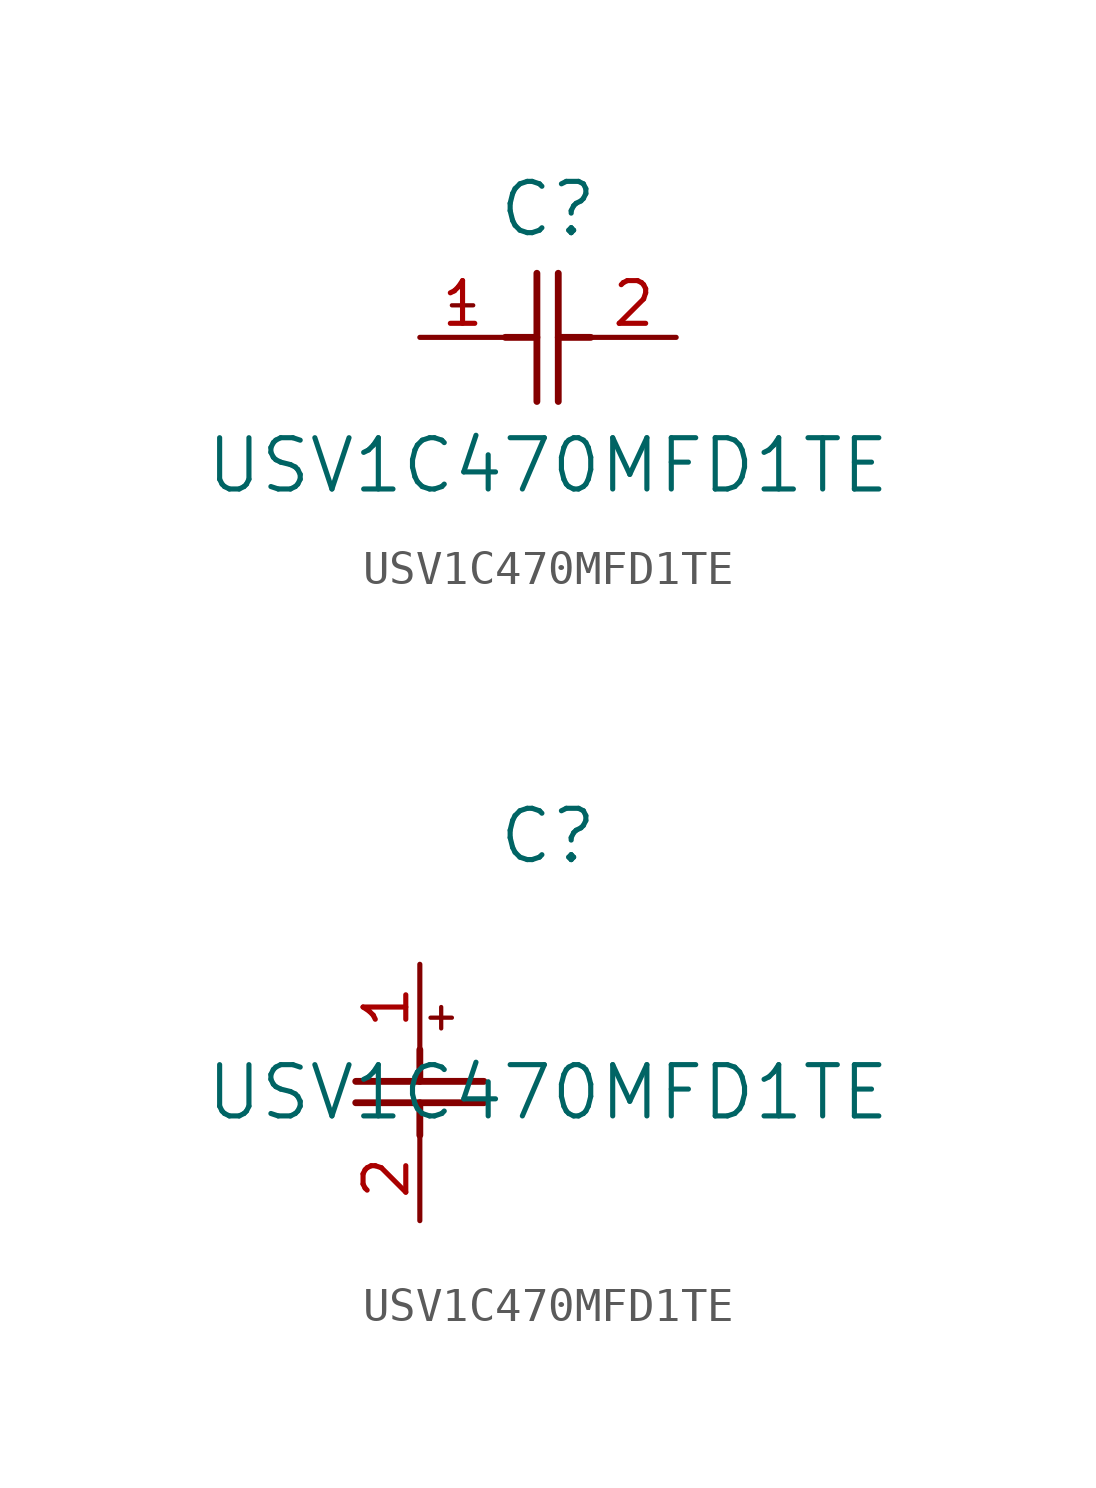
<source format=kicad_sym>
(kicad_symbol_lib
  (version 20211014)
  (generator kicad_symbol_editor)
  (symbol "USV1C470MFD1TE"
    (pin_names
      (offset 0.254))
    (property "Reference" "C"
      (at 3.81 3.81 0)
      (effects (font (size 1.524 1.524))))
    (property "Value" "USV1C470MFD1TE"
      (at 3.81 -3.81 0)
      (effects (font (size 1.524 1.524))))
    (symbol "USV1C470MFD1TE_1_1"
      (polyline (pts (xy 3.48 -1.905) (xy 3.48 1.905)) (stroke (width 0.203) (type default) (color 0 0 0 0)) (fill (type none)))
      (polyline (pts (xy 4.115 -1.905) (xy 4.115 1.905)) (stroke (width 0.203) (type default) (color 0 0 0 0)) (fill (type none)))
      (polyline (pts (xy 4.115 0) (xy 5.08 0)) (stroke (width 0.203) (type default) (color 0 0 0 0)) (fill (type none)))
      (polyline (pts (xy 2.54 0) (xy 3.48 0)) (stroke (width 0.203) (type default) (color 0 0 0 0)) (fill (type none)))
      (polyline (pts (xy 1.27 1.27) (xy 1.27 0.635)) (stroke (width 0.127) (type default) (color 0 0 0 0)) (fill (type none)))
      (polyline (pts (xy 0.953 0.953) (xy 1.587 0.953)) (stroke (width 0.127) (type default) (color 0 0 0 0)) (fill (type none)))
      (pin unspecified line (at 0 0 0) (length 2.54) (name "" (effects (font (size 1.27 1.27)))) (number "1" (effects (font (size 1.27 1.27)))))
      (pin unspecified line (at 7.62 0 180) (length 2.54) (name "" (effects (font (size 1.27 1.27)))) (number "2" (effects (font (size 1.27 1.27))))))
    (symbol "USV1C470MFD1TE_1_2"
      (polyline (pts (xy -1.905 -3.48) (xy 1.905 -3.48)) (stroke (width 0.203) (type default) (color 0 0 0 0)) (fill (type none)))
      (polyline (pts (xy -1.905 -4.115) (xy 1.905 -4.115)) (stroke (width 0.203) (type default) (color 0 0 0 0)) (fill (type none)))
      (polyline (pts (xy 0 -4.115) (xy 0 -5.08)) (stroke (width 0.203) (type default) (color 0 0 0 0)) (fill (type none)))
      (polyline (pts (xy 0 -2.54) (xy 0 -3.48)) (stroke (width 0.203) (type default) (color 0 0 0 0)) (fill (type none)))
      (polyline (pts (xy 0.635 -1.27) (xy 0.635 -1.905)) (stroke (width 0.127) (type default) (color 0 0 0 0)) (fill (type none)))
      (polyline (pts (xy 0.318 -1.587) (xy 0.953 -1.587)) (stroke (width 0.127) (type default) (color 0 0 0 0)) (fill (type none)))
      (pin unspecified line (at 0 0 270) (length 2.54) (name "" (effects (font (size 1.27 1.27)))) (number "1" (effects (font (size 1.27 1.27)))))
      (pin unspecified line (at 0 -7.62 90) (length 2.54) (name "" (effects (font (size 1.27 1.27)))) (number "2" (effects (font (size 1.27 1.27))))))))
</source>
